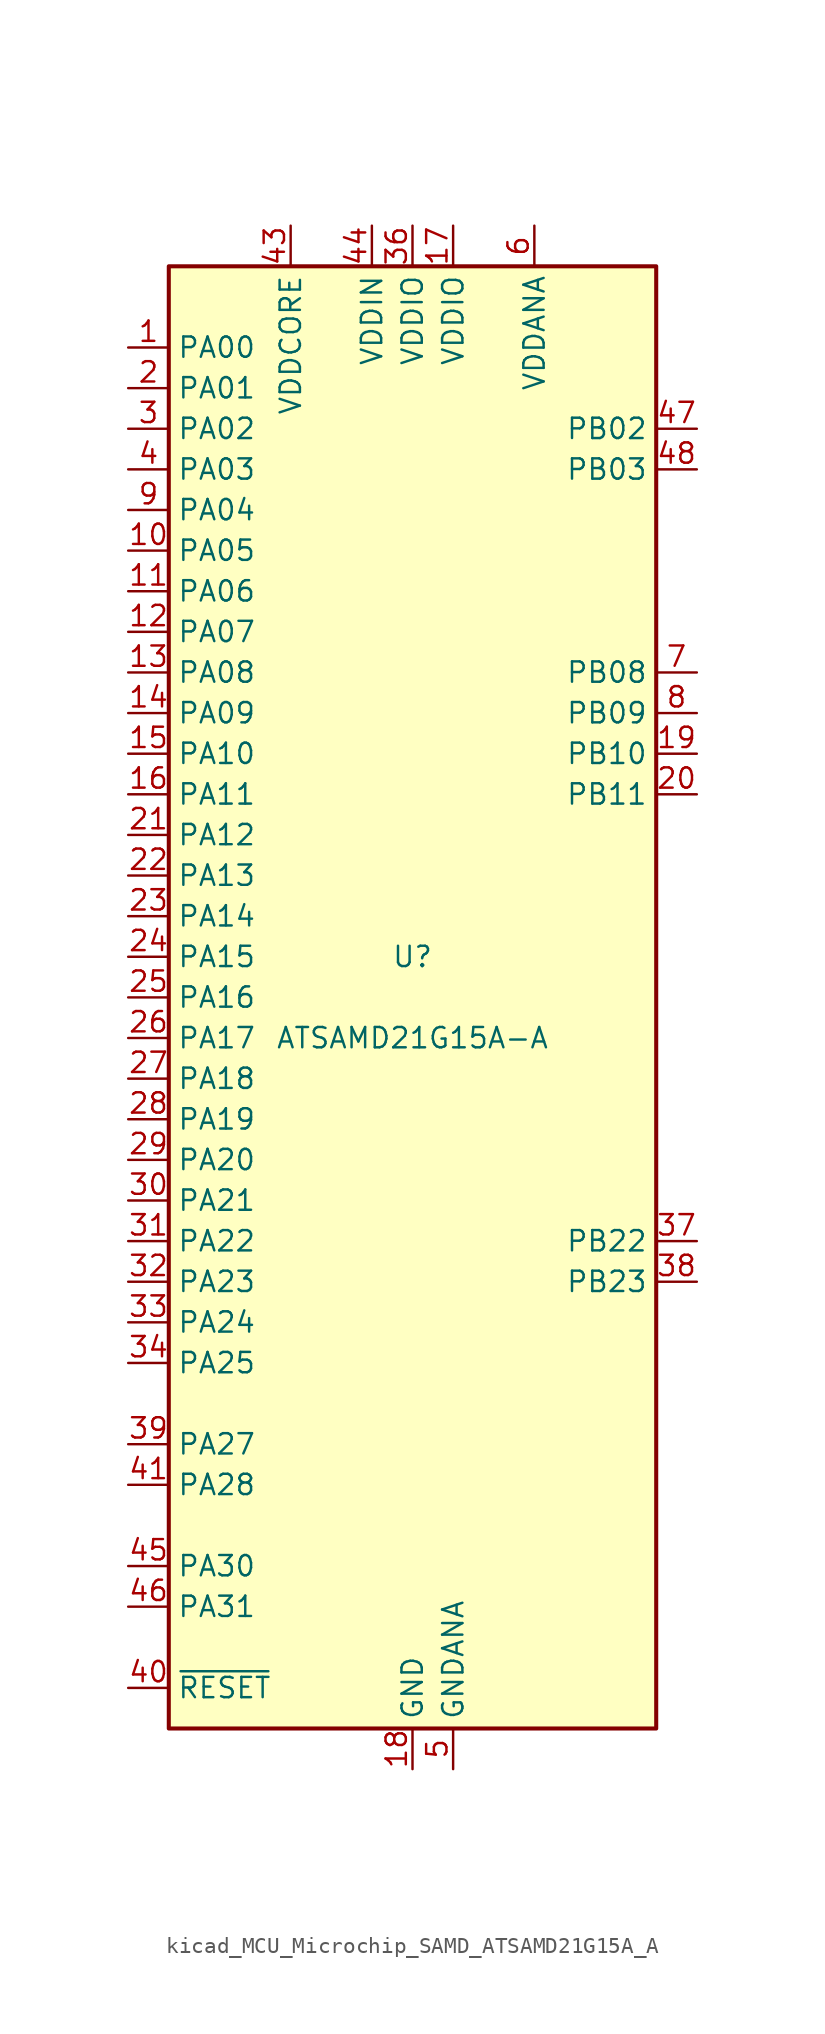
<source format=kicad_sym>
(kicad_symbol_lib
  (version 20220914)
  (generator kicad_symbol_editor)
  (symbol "kicad_MCU_Microchip_SAMD_ATSAMD21G15A_A"
    (property "Reference" "U"
      (at 0 2.54 0)
      (effects (font (size 1.27 1.27))))
    (property "Value" "ATSAMD21G15A-A"
      (at 0 -2.54 0)
      (effects (font (size 1.27 1.27))))
    (symbol "kicad_MCU_Microchip_SAMD_ATSAMD21G15A_A_0_1"
      (rectangle (start -15.24 45.72) (end 15.24 -45.72) (stroke (width 0.254) (type default)) (fill (type background))))
    (symbol "kicad_MCU_Microchip_SAMD_ATSAMD21G15A_A_1_1"
      (pin bidirectional line (at -17.78 40.64 0) (length 2.54) (name "PA00" (effects (font (size 1.27 1.27)))) (number "1" (effects (font (size 1.27 1.27)))))
      (pin bidirectional line (at -17.78 27.94 0) (length 2.54) (name "PA05" (effects (font (size 1.27 1.27)))) (number "10" (effects (font (size 1.27 1.27)))))
      (pin bidirectional line (at -17.78 25.4 0) (length 2.54) (name "PA06" (effects (font (size 1.27 1.27)))) (number "11" (effects (font (size 1.27 1.27)))))
      (pin bidirectional line (at -17.78 22.86 0) (length 2.54) (name "PA07" (effects (font (size 1.27 1.27)))) (number "12" (effects (font (size 1.27 1.27)))))
      (pin bidirectional line (at -17.78 20.32 0) (length 2.54) (name "PA08" (effects (font (size 1.27 1.27)))) (number "13" (effects (font (size 1.27 1.27)))))
      (pin bidirectional line (at -17.78 17.78 0) (length 2.54) (name "PA09" (effects (font (size 1.27 1.27)))) (number "14" (effects (font (size 1.27 1.27)))))
      (pin bidirectional line (at -17.78 15.24 0) (length 2.54) (name "PA10" (effects (font (size 1.27 1.27)))) (number "15" (effects (font (size 1.27 1.27)))))
      (pin bidirectional line (at -17.78 12.7 0) (length 2.54) (name "PA11" (effects (font (size 1.27 1.27)))) (number "16" (effects (font (size 1.27 1.27)))))
      (pin power_in line (at 2.54 48.26 270) (length 2.54) (name "VDDIO" (effects (font (size 1.27 1.27)))) (number "17" (effects (font (size 1.27 1.27)))))
      (pin power_in line (at 0 -48.26 90) (length 2.54) (name "GND" (effects (font (size 1.27 1.27)))) (number "18" (effects (font (size 1.27 1.27)))))
      (pin bidirectional line (at 17.78 15.24 180) (length 2.54) (name "PB10" (effects (font (size 1.27 1.27)))) (number "19" (effects (font (size 1.27 1.27)))))
      (pin bidirectional line (at -17.78 38.1 0) (length 2.54) (name "PA01" (effects (font (size 1.27 1.27)))) (number "2" (effects (font (size 1.27 1.27)))))
      (pin bidirectional line (at 17.78 12.7 180) (length 2.54) (name "PB11" (effects (font (size 1.27 1.27)))) (number "20" (effects (font (size 1.27 1.27)))))
      (pin bidirectional line (at -17.78 10.16 0) (length 2.54) (name "PA12" (effects (font (size 1.27 1.27)))) (number "21" (effects (font (size 1.27 1.27)))))
      (pin bidirectional line (at -17.78 7.62 0) (length 2.54) (name "PA13" (effects (font (size 1.27 1.27)))) (number "22" (effects (font (size 1.27 1.27)))))
      (pin bidirectional line (at -17.78 5.08 0) (length 2.54) (name "PA14" (effects (font (size 1.27 1.27)))) (number "23" (effects (font (size 1.27 1.27)))))
      (pin bidirectional line (at -17.78 2.54 0) (length 2.54) (name "PA15" (effects (font (size 1.27 1.27)))) (number "24" (effects (font (size 1.27 1.27)))))
      (pin bidirectional line (at -17.78 0 0) (length 2.54) (name "PA16" (effects (font (size 1.27 1.27)))) (number "25" (effects (font (size 1.27 1.27)))))
      (pin bidirectional line (at -17.78 -2.54 0) (length 2.54) (name "PA17" (effects (font (size 1.27 1.27)))) (number "26" (effects (font (size 1.27 1.27)))))
      (pin bidirectional line (at -17.78 -5.08 0) (length 2.54) (name "PA18" (effects (font (size 1.27 1.27)))) (number "27" (effects (font (size 1.27 1.27)))))
      (pin bidirectional line (at -17.78 -7.62 0) (length 2.54) (name "PA19" (effects (font (size 1.27 1.27)))) (number "28" (effects (font (size 1.27 1.27)))))
      (pin bidirectional line (at -17.78 -10.16 0) (length 2.54) (name "PA20" (effects (font (size 1.27 1.27)))) (number "29" (effects (font (size 1.27 1.27)))))
      (pin bidirectional line (at -17.78 35.56 0) (length 2.54) (name "PA02" (effects (font (size 1.27 1.27)))) (number "3" (effects (font (size 1.27 1.27)))))
      (pin bidirectional line (at -17.78 -12.7 0) (length 2.54) (name "PA21" (effects (font (size 1.27 1.27)))) (number "30" (effects (font (size 1.27 1.27)))))
      (pin bidirectional line (at -17.78 -15.24 0) (length 2.54) (name "PA22" (effects (font (size 1.27 1.27)))) (number "31" (effects (font (size 1.27 1.27)))))
      (pin bidirectional line (at -17.78 -17.78 0) (length 2.54) (name "PA23" (effects (font (size 1.27 1.27)))) (number "32" (effects (font (size 1.27 1.27)))))
      (pin bidirectional line (at -17.78 -20.32 0) (length 2.54) (name "PA24" (effects (font (size 1.27 1.27)))) (number "33" (effects (font (size 1.27 1.27)))))
      (pin bidirectional line (at -17.78 -22.86 0) (length 2.54) (name "PA25" (effects (font (size 1.27 1.27)))) (number "34" (effects (font (size 1.27 1.27)))))
      (pin passive line (at 0 -48.26 90) (length 2.54) hide (name "GND" (effects (font (size 1.27 1.27)))) (number "35" (effects (font (size 1.27 1.27)))))
      (pin power_in line (at 0 48.26 270) (length 2.54) (name "VDDIO" (effects (font (size 1.27 1.27)))) (number "36" (effects (font (size 1.27 1.27)))))
      (pin bidirectional line (at 17.78 -15.24 180) (length 2.54) (name "PB22" (effects (font (size 1.27 1.27)))) (number "37" (effects (font (size 1.27 1.27)))))
      (pin bidirectional line (at 17.78 -17.78 180) (length 2.54) (name "PB23" (effects (font (size 1.27 1.27)))) (number "38" (effects (font (size 1.27 1.27)))))
      (pin bidirectional line (at -17.78 -27.94 0) (length 2.54) (name "PA27" (effects (font (size 1.27 1.27)))) (number "39" (effects (font (size 1.27 1.27)))))
      (pin bidirectional line (at -17.78 33.02 0) (length 2.54) (name "PA03" (effects (font (size 1.27 1.27)))) (number "4" (effects (font (size 1.27 1.27)))))
      (pin input line (at -17.78 -43.18 0) (length 2.54) (name "~{RESET}" (effects (font (size 1.27 1.27)))) (number "40" (effects (font (size 1.27 1.27)))))
      (pin bidirectional line (at -17.78 -30.48 0) (length 2.54) (name "PA28" (effects (font (size 1.27 1.27)))) (number "41" (effects (font (size 1.27 1.27)))))
      (pin passive line (at 0 -48.26 90) (length 2.54) hide (name "GND" (effects (font (size 1.27 1.27)))) (number "42" (effects (font (size 1.27 1.27)))))
      (pin power_out line (at -7.62 48.26 270) (length 2.54) (name "VDDCORE" (effects (font (size 1.27 1.27)))) (number "43" (effects (font (size 1.27 1.27)))))
      (pin power_in line (at -2.54 48.26 270) (length 2.54) (name "VDDIN" (effects (font (size 1.27 1.27)))) (number "44" (effects (font (size 1.27 1.27)))))
      (pin bidirectional line (at -17.78 -35.56 0) (length 2.54) (name "PA30" (effects (font (size 1.27 1.27)))) (number "45" (effects (font (size 1.27 1.27)))))
      (pin bidirectional line (at -17.78 -38.1 0) (length 2.54) (name "PA31" (effects (font (size 1.27 1.27)))) (number "46" (effects (font (size 1.27 1.27)))))
      (pin bidirectional line (at 17.78 35.56 180) (length 2.54) (name "PB02" (effects (font (size 1.27 1.27)))) (number "47" (effects (font (size 1.27 1.27)))))
      (pin bidirectional line (at 17.78 33.02 180) (length 2.54) (name "PB03" (effects (font (size 1.27 1.27)))) (number "48" (effects (font (size 1.27 1.27)))))
      (pin power_in line (at 2.54 -48.26 90) (length 2.54) (name "GNDANA" (effects (font (size 1.27 1.27)))) (number "5" (effects (font (size 1.27 1.27)))))
      (pin power_in line (at 7.62 48.26 270) (length 2.54) (name "VDDANA" (effects (font (size 1.27 1.27)))) (number "6" (effects (font (size 1.27 1.27)))))
      (pin bidirectional line (at 17.78 20.32 180) (length 2.54) (name "PB08" (effects (font (size 1.27 1.27)))) (number "7" (effects (font (size 1.27 1.27)))))
      (pin bidirectional line (at 17.78 17.78 180) (length 2.54) (name "PB09" (effects (font (size 1.27 1.27)))) (number "8" (effects (font (size 1.27 1.27)))))
      (pin bidirectional line (at -17.78 30.48 0) (length 2.54) (name "PA04" (effects (font (size 1.27 1.27)))) (number "9" (effects (font (size 1.27 1.27))))))))
</source>
